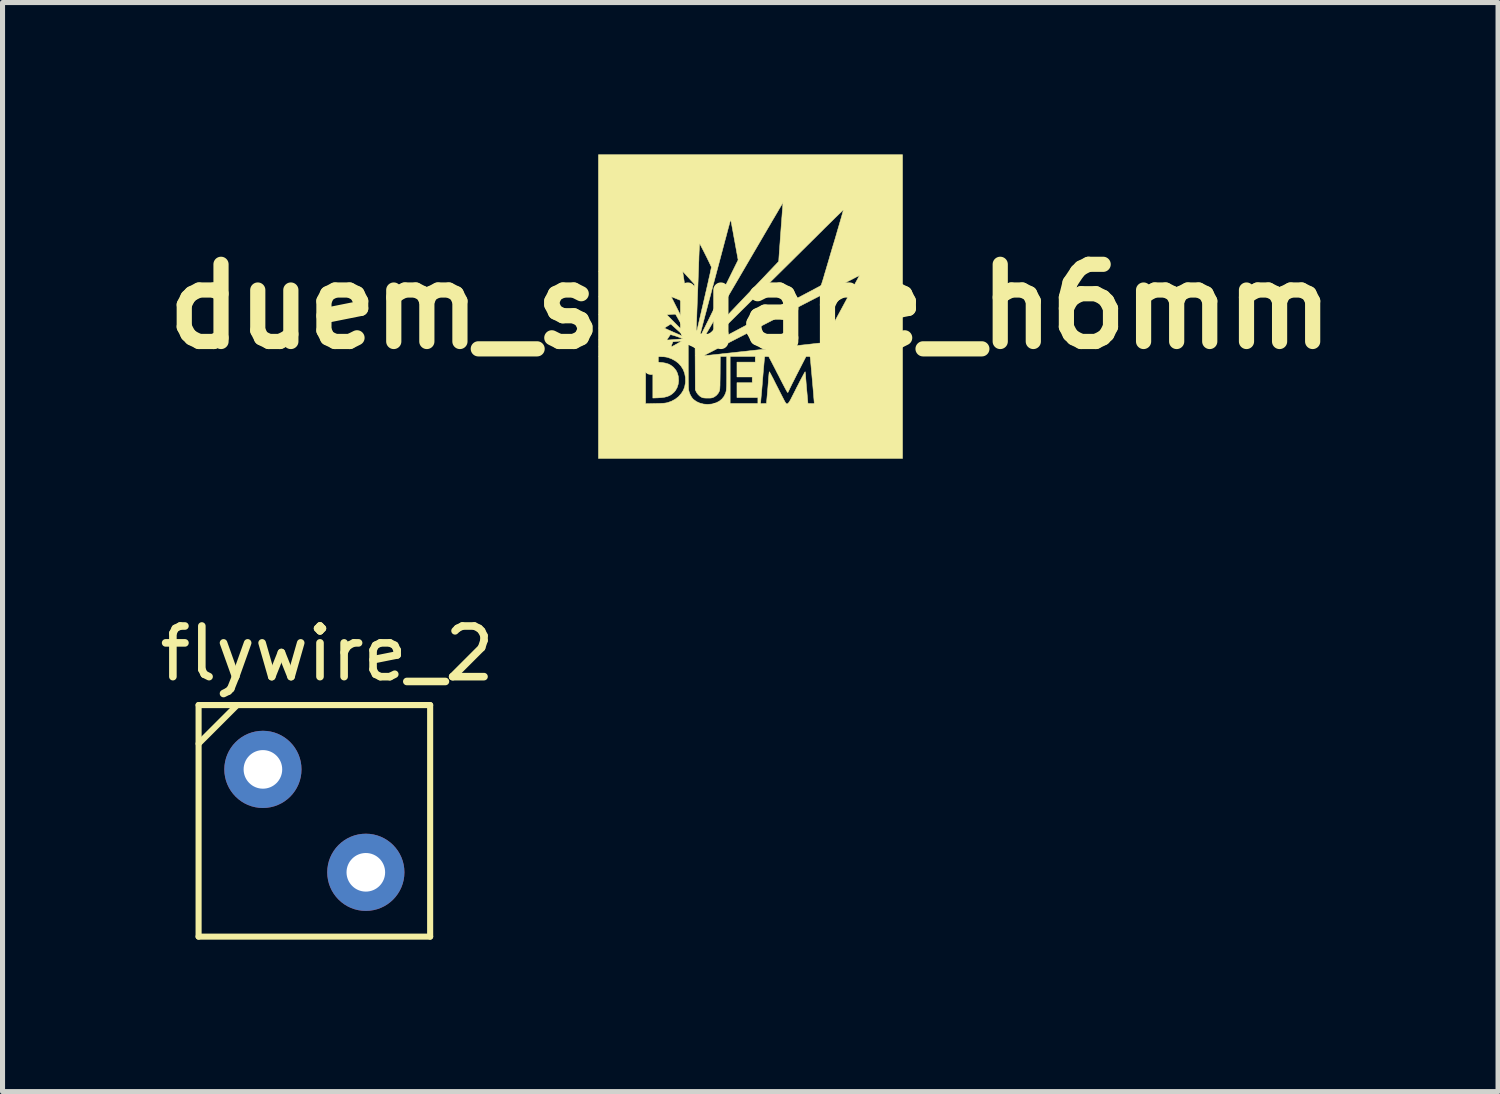
<source format=kicad_pcb>
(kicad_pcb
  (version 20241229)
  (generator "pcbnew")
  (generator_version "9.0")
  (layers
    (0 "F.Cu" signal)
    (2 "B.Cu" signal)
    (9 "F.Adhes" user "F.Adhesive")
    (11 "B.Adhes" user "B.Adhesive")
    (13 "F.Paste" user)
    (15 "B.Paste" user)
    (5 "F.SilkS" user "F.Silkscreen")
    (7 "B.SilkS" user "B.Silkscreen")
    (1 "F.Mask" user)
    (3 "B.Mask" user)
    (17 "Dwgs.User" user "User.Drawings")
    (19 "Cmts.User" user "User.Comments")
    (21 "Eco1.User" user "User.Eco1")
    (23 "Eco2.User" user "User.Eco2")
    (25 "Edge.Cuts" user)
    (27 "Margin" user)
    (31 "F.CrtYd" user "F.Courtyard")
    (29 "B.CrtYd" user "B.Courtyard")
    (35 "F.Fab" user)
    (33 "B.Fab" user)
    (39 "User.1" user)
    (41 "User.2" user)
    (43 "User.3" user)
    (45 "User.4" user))
  (footprint "flywire_2"
    (layer "F.Cu")
    (at 3.157 14.173)
    (property "Reference" "flywire_2" (at 0.254 -4.318 0) (layer "F.SilkS") (effects (font (size 1 1) (thickness 0.15))))
    (attr through_hole)
    (fp_line (start -2.286 -3.302) (end -2.286 1.27) (stroke (width 0.12) (type solid)) (layer "F.SilkS"))
    (fp_line (start -2.286 -2.54) (end -1.524 -3.302) (stroke (width 0.12) (type solid)) (layer "F.SilkS"))
    (fp_line (start -2.286 1.27) (end 2.286 1.27) (stroke (width 0.12) (type solid)) (layer "F.SilkS"))
    (fp_line (start 2.286 -3.302) (end -2.286 -3.302) (stroke (width 0.12) (type solid)) (layer "F.SilkS"))
    (fp_line (start 2.286 1.27) (end 2.286 -3.302) (stroke (width 0.12) (type solid)) (layer "F.SilkS"))
    (pad "1" thru_hole circle (at -1.016 -2.032) (size 1.524 1.524) (drill 0.762) (layers "*.Cu" "*.Mask"))
    (pad "2" thru_hole circle (at 1.016 0) (size 1.524 1.524) (drill 0.762) (layers "*.Cu" "*.Mask")))
  (footprint "duem_square_h6mm"
    (layer "F.Cu")
    (at 11.764 3.003)
    (property "Reference" "duem_square_h6mm" (at 0 0 0) (layer "F.SilkS") (effects (font (size 1.524 1.524) (thickness 0.3))))
    (attr through_hole)
    (fp_poly (pts (xy -1.817 1.099) (xy -1.739 1.105) (xy -1.673 1.117) (xy -1.617 1.134) (xy -1.569 1.159) (xy -1.525 1.192) (xy -1.503 1.215) (xy -1.465 1.262) (xy -1.439 1.315) (xy -1.422 1.376) (xy -1.42 1.392) (xy -1.415 1.465) (xy -1.424 1.534) (xy -1.445 1.599) (xy -1.477 1.656) (xy -1.508 1.693) (xy -1.548 1.728) (xy -1.59 1.755) (xy -1.637 1.775) (xy -1.692 1.789) (xy -1.757 1.798) (xy -1.817 1.802) (xy -1.924 1.806) (xy -1.924 1.095) (xy -1.817 1.099)) (stroke (width 0.01) (type solid)) (fill yes) (layer "F.SilkS"))
    (fp_poly (pts (xy 3.006 2.998) (xy -2.998 2.998) (xy -2.998 1.918) (xy -2.067 1.918) (xy -1.877 1.914) (xy -1.812 1.913) (xy -1.759 1.911) (xy -1.718 1.909) (xy -1.686 1.906) (xy -1.66 1.902) (xy -1.64 1.898) (xy -1.638 1.898) (xy -1.556 1.869) (xy -1.482 1.829) (xy -1.419 1.78) (xy -1.41 1.771) (xy -1.359 1.712) (xy -1.321 1.651) (xy -1.296 1.585) (xy -1.282 1.511) (xy -1.28 1.484) (xy -1.281 1.399) (xy -1.296 1.319) (xy -1.324 1.245) (xy -1.365 1.179) (xy -1.417 1.12) (xy -1.481 1.071) (xy -1.555 1.031) (xy -1.623 1.006) (xy -1.642 1.001) (xy -1.661 0.997) (xy -1.683 0.994) (xy -1.709 0.991) (xy -1.741 0.99) (xy -1.783 0.988) (xy -1.836 0.987) (xy -1.873 0.986) (xy -2.067 0.983) (xy -2.067 1.918) (xy -2.998 1.918) (xy -2.998 0.787) (xy -1.562 0.787) (xy -1.562 0.795) (xy -1.557 0.795) (xy -1.557 0.795) (xy -1.549 0.791) (xy -1.53 0.781) (xy -1.502 0.766) (xy -1.469 0.747) (xy -1.451 0.738) (xy -1.417 0.718) (xy -1.388 0.702) (xy -1.371 0.691) (xy -1.225 0.691) (xy -1.225 1.144) (xy -1.225 1.237) (xy -1.224 1.324) (xy -1.224 1.403) (xy -1.223 1.473) (xy -1.222 1.533) (xy -1.221 1.582) (xy -1.219 1.618) (xy -1.218 1.641) (xy -1.217 1.646) (xy -1.204 1.697) (xy -1.183 1.748) (xy -1.156 1.794) (xy -1.125 1.831) (xy -1.121 1.834) (xy -1.063 1.876) (xy -0.996 1.906) (xy -0.923 1.925) (xy -0.846 1.931) (xy -0.766 1.925) (xy -0.74 1.92) (xy -0.731 1.917) (xy 0.201 1.917) (xy 0.319 1.913) (xy 0.336 1.728) (xy 0.341 1.667) (xy 0.347 1.602) (xy 0.352 1.538) (xy 0.357 1.478) (xy 0.36 1.427) (xy 0.361 1.414) (xy 0.365 1.372) (xy 0.368 1.336) (xy 0.372 1.308) (xy 0.375 1.291) (xy 0.377 1.287) (xy 0.382 1.294) (xy 0.392 1.312) (xy 0.408 1.341) (xy 0.427 1.378) (xy 0.45 1.421) (xy 0.474 1.469) (xy 0.476 1.473) (xy 0.505 1.531) (xy 0.537 1.593) (xy 0.569 1.656) (xy 0.599 1.715) (xy 0.625 1.766) (xy 0.638 1.791) (xy 0.658 1.83) (xy 0.675 1.863) (xy 0.69 1.889) (xy 0.703 1.908) (xy 0.715 1.919) (xy 0.727 1.922) (xy 0.74 1.916) (xy 0.755 1.901) (xy 0.773 1.876) (xy 0.794 1.84) (xy 0.818 1.793) (xy 0.848 1.734) (xy 0.884 1.664) (xy 0.916 1.599) (xy 0.949 1.536) (xy 0.979 1.476) (xy 1.007 1.423) (xy 1.032 1.377) (xy 1.052 1.339) (xy 1.068 1.31) (xy 1.078 1.293) (xy 1.083 1.287) (xy 1.083 1.288) (xy 1.085 1.298) (xy 1.088 1.32) (xy 1.091 1.351) (xy 1.093 1.386) (xy 1.095 1.418) (xy 1.099 1.462) (xy 1.103 1.515) (xy 1.108 1.573) (xy 1.113 1.635) (xy 1.119 1.695) (xy 1.138 1.913) (xy 1.2 1.915) (xy 1.231 1.915) (xy 1.25 1.915) (xy 1.259 1.912) (xy 1.262 1.907) (xy 1.263 1.903) (xy 1.262 1.893) (xy 1.26 1.869) (xy 1.257 1.833) (xy 1.253 1.787) (xy 1.249 1.733) (xy 1.244 1.672) (xy 1.238 1.606) (xy 1.232 1.536) (xy 1.226 1.465) (xy 1.219 1.393) (xy 1.213 1.322) (xy 1.207 1.255) (xy 1.201 1.192) (xy 1.196 1.135) (xy 1.192 1.087) (xy 1.188 1.047) (xy 1.185 1.019) (xy 1.183 1.004) (xy 1.183 1.001) (xy 1.179 0.991) (xy 1.17 0.986) (xy 1.152 0.985) (xy 1.14 0.985) (xy 1.101 0.985) (xy 0.95 1.279) (xy 0.917 1.343) (xy 0.886 1.405) (xy 0.857 1.463) (xy 0.83 1.515) (xy 0.808 1.56) (xy 0.79 1.597) (xy 0.778 1.622) (xy 0.774 1.631) (xy 0.761 1.658) (xy 0.75 1.681) (xy 0.743 1.695) (xy 0.741 1.697) (xy 0.737 1.695) (xy 0.728 1.683) (xy 0.715 1.661) (xy 0.696 1.627) (xy 0.672 1.582) (xy 0.642 1.525) (xy 0.606 1.455) (xy 0.593 1.43) (xy 0.561 1.366) (xy 0.528 1.304) (xy 0.498 1.244) (xy 0.47 1.19) (xy 0.445 1.142) (xy 0.425 1.103) (xy 0.41 1.075) (xy 0.408 1.071) (xy 0.364 0.988) (xy 0.325 0.986) (xy 0.302 0.985) (xy 0.29 0.988) (xy 0.284 0.994) (xy 0.282 1.001) (xy 0.281 1.012) (xy 0.279 1.036) (xy 0.275 1.072) (xy 0.271 1.119) (xy 0.266 1.175) (xy 0.26 1.239) (xy 0.254 1.309) (xy 0.248 1.385) (xy 0.244 1.428) (xy 0.238 1.506) (xy 0.232 1.581) (xy 0.226 1.651) (xy 0.22 1.714) (xy 0.215 1.769) (xy 0.211 1.815) (xy 0.208 1.85) (xy 0.206 1.871) (xy 0.206 1.877) (xy 0.201 1.917) (xy -0.731 1.917) (xy -0.67 1.898) (xy -0.609 1.866) (xy -0.558 1.823) (xy -0.517 1.771) (xy -0.488 1.711) (xy -0.477 1.671) (xy -0.474 1.654) (xy -0.472 1.632) (xy -0.47 1.604) (xy -0.468 1.567) (xy -0.467 1.522) (xy -0.467 1.465) (xy -0.466 1.397) (xy -0.466 1.315) (xy -0.466 1.302) (xy -0.466 0.984) (xy -0.398 0.984) (xy -0.398 1.916) (xy 0.15 1.916) (xy 0.15 1.796) (xy -0.263 1.796) (xy -0.263 1.503) (xy 0.038 1.503) (xy 0.038 1.39) (xy -0.263 1.39) (xy -0.263 1.097) (xy 0.098 1.097) (xy 0.098 0.984) (xy -0.398 0.984) (xy -0.466 0.984) (xy -0.593 0.984) (xy -0.595 1.309) (xy -0.596 1.389) (xy -0.597 1.455) (xy -0.598 1.509) (xy -0.598 1.552) (xy -0.6 1.586) (xy -0.601 1.612) (xy -0.603 1.632) (xy -0.605 1.648) (xy -0.608 1.659) (xy -0.611 1.669) (xy -0.611 1.67) (xy -0.635 1.714) (xy -0.669 1.753) (xy -0.71 1.783) (xy -0.723 1.789) (xy -0.743 1.798) (xy -0.763 1.803) (xy -0.786 1.806) (xy -0.817 1.807) (xy -0.845 1.807) (xy -0.889 1.806) (xy -0.922 1.803) (xy -0.945 1.798) (xy -0.957 1.793) (xy -0.995 1.77) (xy -1.031 1.736) (xy -1.059 1.698) (xy -1.068 1.681) (xy -1.086 1.642) (xy -1.088 1.167) (xy -1.089 0.968) (xy -0.916 0.968) (xy -0.914 0.968) (xy -0.908 0.968) (xy -0.897 0.968) (xy -0.88 0.967) (xy -0.858 0.965) (xy -0.828 0.962) (xy -0.79 0.958) (xy -0.743 0.953) (xy -0.686 0.947) (xy -0.619 0.94) (xy -0.54 0.931) (xy -0.448 0.921) (xy -0.344 0.91) (xy -0.238 0.898) (xy -0.133 0.887) (xy -0.026 0.875) (xy 0.081 0.863) (xy 0.186 0.852) (xy 0.287 0.841) (xy 0.383 0.83) (xy 0.471 0.82) (xy 0.55 0.812) (xy 0.618 0.804) (xy 0.674 0.798) (xy 0.688 0.797) (xy 0.815 0.783) (xy 0.928 0.77) (xy 1.028 0.759) (xy 1.115 0.75) (xy 1.19 0.741) (xy 1.253 0.734) (xy 1.306 0.728) (xy 1.349 0.723) (xy 1.383 0.719) (xy 1.408 0.716) (xy 1.426 0.714) (xy 1.436 0.712) (xy 1.44 0.712) (xy 1.44 0.711) (xy 1.444 0.705) (xy 1.455 0.686) (xy 1.471 0.656) (xy 1.492 0.617) (xy 1.518 0.569) (xy 1.548 0.514) (xy 1.581 0.453) (xy 1.616 0.387) (xy 1.637 0.349) (xy 1.712 0.209) (xy 1.781 0.082) (xy 1.843 -0.033) (xy 1.898 -0.135) (xy 1.947 -0.227) (xy 1.991 -0.307) (xy 2.028 -0.377) (xy 2.06 -0.437) (xy 2.087 -0.487) (xy 2.11 -0.528) (xy 2.127 -0.56) (xy 2.14 -0.584) (xy 2.149 -0.6) (xy 2.154 -0.609) (xy 2.155 -0.611) (xy 2.15 -0.61) (xy 2.134 -0.603) (xy 2.11 -0.591) (xy 2.079 -0.576) (xy 2.073 -0.572) (xy 2.057 -0.564) (xy 2.036 -0.553) (xy 2.009 -0.539) (xy 1.976 -0.522) (xy 1.936 -0.502) (xy 1.889 -0.477) (xy 1.835 -0.449) (xy 1.772 -0.417) (xy 1.702 -0.381) (xy 1.623 -0.34) (xy 1.534 -0.295) (xy 1.437 -0.244) (xy 1.329 -0.189) (xy 1.212 -0.129) (xy 1.084 -0.063) (xy 0.945 0.009) (xy 0.794 0.086) (xy 0.632 0.169) (xy 0.458 0.259) (xy 0.271 0.355) (xy 0.072 0.458) (xy 0.019 0.485) (xy -0.092 0.542) (xy -0.199 0.597) (xy -0.301 0.649) (xy -0.398 0.699) (xy -0.489 0.746) (xy -0.574 0.79) (xy -0.651 0.829) (xy -0.719 0.865) (xy -0.779 0.896) (xy -0.829 0.921) (xy -0.868 0.942) (xy -0.897 0.956) (xy -0.913 0.965) (xy -0.916 0.967) (xy -0.916 0.968) (xy -1.089 0.968) (xy -1.09 0.804) (xy -0.904 0.804) (xy -0.897 0.801) (xy -0.878 0.791) (xy -0.848 0.775) (xy -0.807 0.754) (xy -0.758 0.728) (xy -0.701 0.698) (xy -0.638 0.664) (xy -0.569 0.628) (xy -0.495 0.589) (xy -0.46 0.57) (xy -0.282 0.476) (xy -0.111 0.385) (xy 0.052 0.299) (xy 0.206 0.217) (xy 0.352 0.14) (xy 0.488 0.068) (xy 0.615 0.000231) (xy 0.732 -0.062) (xy 0.839 -0.118) (xy 0.934 -0.169) (xy 1.019 -0.214) (xy 1.092 -0.253) (xy 1.153 -0.285) (xy 1.202 -0.311) (xy 1.238 -0.329) (xy 1.24 -0.331) (xy 1.283 -0.354) (xy 1.322 -0.375) (xy 1.355 -0.392) (xy 1.379 -0.406) (xy 1.393 -0.415) (xy 1.395 -0.416) (xy 1.4 -0.426) (xy 1.408 -0.447) (xy 1.418 -0.479) (xy 1.431 -0.518) (xy 1.444 -0.562) (xy 1.447 -0.571) (xy 1.456 -0.602) (xy 1.468 -0.645) (xy 1.485 -0.7) (xy 1.504 -0.765) (xy 1.526 -0.839) (xy 1.55 -0.92) (xy 1.575 -1.007) (xy 1.602 -1.098) (xy 1.63 -1.192) (xy 1.659 -1.287) (xy 1.666 -1.31) (xy 1.693 -1.402) (xy 1.718 -1.489) (xy 1.742 -1.57) (xy 1.764 -1.646) (xy 1.784 -1.714) (xy 1.801 -1.773) (xy 1.815 -1.823) (xy 1.826 -1.862) (xy 1.834 -1.89) (xy 1.837 -1.905) (xy 1.838 -1.907) (xy 1.832 -1.903) (xy 1.816 -1.889) (xy 1.792 -1.865) (xy 1.759 -1.834) (xy 1.719 -1.795) (xy 1.673 -1.751) (xy 1.622 -1.7) (xy 1.566 -1.645) (xy 1.506 -1.586) (xy 1.463 -1.544) (xy 1.413 -1.493) (xy 1.364 -1.445) (xy 1.316 -1.397) (xy 1.269 -1.35) (xy 1.221 -1.303) (xy 1.173 -1.255) (xy 1.123 -1.206) (xy 1.071 -1.154) (xy 1.016 -1.1) (xy 0.958 -1.042) (xy 0.895 -0.98) (xy 0.828 -0.913) (xy 0.755 -0.841) (xy 0.676 -0.763) (xy 0.59 -0.678) (xy 0.497 -0.586) (xy 0.395 -0.485) (xy 0.285 -0.376) (xy 0.165 -0.258) (xy 0.056 -0.15) (xy -0.074 -0.021) (xy -0.194 0.097) (xy -0.303 0.205) (xy -0.403 0.304) (xy -0.492 0.393) (xy -0.573 0.472) (xy -0.644 0.543) (xy -0.705 0.604) (xy -0.759 0.657) (xy -0.803 0.701) (xy -0.839 0.737) (xy -0.867 0.765) (xy -0.887 0.786) (xy -0.899 0.798) (xy -0.904 0.804) (xy -0.904 0.804) (xy -1.09 0.804) (xy -1.09 0.725) (xy -0.979 0.725) (xy -0.957 0.703) (xy -0.949 0.695) (xy -0.931 0.676) (xy -0.904 0.648) (xy -0.869 0.611) (xy -0.826 0.566) (xy -0.776 0.514) (xy -0.719 0.454) (xy -0.656 0.388) (xy -0.588 0.316) (xy -0.515 0.24) (xy -0.438 0.159) (xy -0.357 0.074) (xy -0.274 -0.013) (xy -0.24 -0.049) (xy -0.155 -0.138) (xy -0.072 -0.225) (xy 0.008 -0.309) (xy 0.084 -0.39) (xy 0.156 -0.465) (xy 0.224 -0.536) (xy 0.286 -0.601) (xy 0.341 -0.66) (xy 0.39 -0.711) (xy 0.432 -0.755) (xy 0.465 -0.79) (xy 0.49 -0.816) (xy 0.505 -0.831) (xy 0.507 -0.834) (xy 0.561 -0.891) (xy 0.566 -0.973) (xy 0.568 -1.001) (xy 0.571 -1.042) (xy 0.574 -1.092) (xy 0.579 -1.15) (xy 0.583 -1.212) (xy 0.588 -1.276) (xy 0.59 -1.308) (xy 0.595 -1.381) (xy 0.601 -1.46) (xy 0.607 -1.542) (xy 0.613 -1.623) (xy 0.619 -1.697) (xy 0.623 -1.761) (xy 0.624 -1.766) (xy 0.628 -1.823) (xy 0.632 -1.876) (xy 0.636 -1.925) (xy 0.639 -1.966) (xy 0.641 -1.996) (xy 0.643 -2.014) (xy 0.647 -2.055) (xy 0.58 -1.943) (xy 0.561 -1.91) (xy 0.536 -1.867) (xy 0.506 -1.816) (xy 0.472 -1.758) (xy 0.435 -1.696) (xy 0.398 -1.632) (xy 0.361 -1.568) (xy 0.355 -1.559) (xy 0.195 -1.285) (xy 0.041 -1.022) (xy -0.105 -0.772) (xy -0.244 -0.534) (xy -0.376 -0.309) (xy -0.5 -0.096) (xy -0.617 0.104) (xy -0.727 0.291) (xy -0.829 0.466) (xy -0.838 0.481) (xy -0.866 0.529) (xy -0.893 0.574) (xy -0.916 0.616) (xy -0.936 0.65) (xy -0.951 0.675) (xy -0.958 0.688) (xy -0.979 0.725) (xy -1.09 0.725) (xy -1.09 0.691) (xy -1.225 0.691) (xy -1.371 0.691) (xy -1.367 0.689) (xy -1.355 0.682) (xy -1.354 0.68) (xy -1.362 0.68) (xy -1.382 0.681) (xy -1.411 0.684) (xy -1.442 0.687) (xy -1.528 0.695) (xy -1.546 0.74) (xy -1.557 0.769) (xy -1.562 0.787) (xy -2.998 0.787) (xy -2.998 0.659) (xy -1.646 0.659) (xy -1.645 0.66) (xy -1.642 0.661) (xy -1.634 0.661) (xy -1.62 0.66) (xy -1.597 0.658) (xy -1.565 0.656) (xy -1.52 0.652) (xy -1.492 0.65) (xy -1.446 0.647) (xy -1.404 0.643) (xy -1.369 0.641) (xy -1.343 0.639) (xy -1.33 0.638) (xy -1.33 0.637) (xy -1.014 0.637) (xy -1.014 0.637) (xy -1.012 0.635) (xy -1.009 0.63) (xy -1.004 0.621) (xy -0.997 0.607) (xy -0.988 0.589) (xy -0.976 0.565) (xy -0.96 0.535) (xy -0.942 0.498) (xy -0.92 0.453) (xy -0.893 0.401) (xy -0.863 0.339) (xy -0.827 0.268) (xy -0.787 0.187) (xy -0.742 0.094) (xy -0.69 -0.009) (xy -0.633 -0.125) (xy -0.57 -0.253) (xy -0.559 -0.274) (xy -0.24 -0.92) (xy -0.296 -1.228) (xy -0.309 -1.299) (xy -0.322 -1.368) (xy -0.334 -1.435) (xy -0.345 -1.496) (xy -0.355 -1.549) (xy -0.363 -1.593) (xy -0.368 -1.624) (xy -0.369 -1.63) (xy -0.377 -1.669) (xy -0.383 -1.694) (xy -0.387 -1.707) (xy -0.391 -1.708) (xy -0.392 -1.705) (xy -0.395 -1.695) (xy -0.401 -1.671) (xy -0.411 -1.635) (xy -0.424 -1.587) (xy -0.44 -1.529) (xy -0.458 -1.461) (xy -0.478 -1.384) (xy -0.501 -1.3) (xy -0.525 -1.209) (xy -0.551 -1.111) (xy -0.578 -1.009) (xy -0.606 -0.903) (xy -0.635 -0.794) (xy -0.665 -0.682) (xy -0.695 -0.569) (xy -0.725 -0.456) (xy -0.755 -0.344) (xy -0.784 -0.233) (xy -0.813 -0.125) (xy -0.841 -0.02) (xy -0.867 0.08) (xy -0.893 0.176) (xy -0.916 0.264) (xy -0.938 0.346) (xy -0.957 0.42) (xy -0.974 0.484) (xy -0.988 0.538) (xy -1 0.582) (xy -1.008 0.613) (xy -1.013 0.632) (xy -1.014 0.637) (xy -1.33 0.637) (xy -1.331 0.636) (xy -1.344 0.629) (xy -1.368 0.62) (xy -1.4 0.608) (xy -1.44 0.594) (xy -1.442 0.593) (xy -1.484 0.579) (xy -1.521 0.568) (xy -1.55 0.56) (xy -1.57 0.555) (xy -1.578 0.555) (xy -1.598 0.583) (xy -1.616 0.61) (xy -1.632 0.634) (xy -1.642 0.65) (xy -1.646 0.657) (xy -1.646 0.659) (xy -2.998 0.659) (xy -2.998 0.424) (xy -1.693 0.424) (xy -1.687 0.428) (xy -1.669 0.437) (xy -1.641 0.45) (xy -1.606 0.466) (xy -1.565 0.484) (xy -1.521 0.504) (xy -1.475 0.524) (xy -1.431 0.543) (xy -1.389 0.561) (xy -1.352 0.577) (xy -1.322 0.589) (xy -1.301 0.598) (xy -1.291 0.601) (xy -1.291 0.601) (xy -1.294 0.596) (xy -1.308 0.583) (xy -1.329 0.562) (xy -1.357 0.536) (xy -1.391 0.506) (xy -1.407 0.491) (xy -1.444 0.458) (xy -1.479 0.426) (xy -1.509 0.399) (xy -1.532 0.378) (xy -1.547 0.365) (xy -1.549 0.362) (xy -1.569 0.344) (xy -1.63 0.382) (xy -1.657 0.398) (xy -1.678 0.413) (xy -1.691 0.422) (xy -1.693 0.424) (xy -2.998 0.424) (xy -2.998 0.162) (xy -1.648 0.162) (xy -1.443 0.37) (xy -1.398 0.416) (xy -1.356 0.459) (xy -1.318 0.497) (xy -1.286 0.529) (xy -1.261 0.554) (xy -1.243 0.571) (xy -1.235 0.578) (xy -1.235 0.579) (xy -1.236 0.573) (xy -1.243 0.559) (xy -1.245 0.554) (xy -1.253 0.541) (xy -1.259 0.53) (xy -1.195 0.53) (xy -1.191 0.534) (xy -1.187 0.53) (xy -1.191 0.526) (xy -1.195 0.53) (xy -1.259 0.53) (xy -1.266 0.518) (xy -1.285 0.484) (xy -1.308 0.444) (xy -1.335 0.398) (xy -1.363 0.349) (xy -1.368 0.34) (xy -1.476 0.15) (xy -1.51 0.151) (xy -1.536 0.152) (xy -1.569 0.155) (xy -1.596 0.157) (xy -1.648 0.162) (xy -2.998 0.162) (xy -2.998 -0.193) (xy -1.56 -0.193) (xy -1.557 -0.186) (xy -1.548 -0.167) (xy -1.533 -0.138) (xy -1.513 -0.098) (xy -1.489 -0.05) (xy -1.461 0.005) (xy -1.43 0.066) (xy -1.397 0.132) (xy -1.381 0.164) (xy -1.346 0.232) (xy -1.314 0.295) (xy -1.284 0.352) (xy -1.258 0.403) (xy -1.235 0.445) (xy -1.217 0.479) (xy -1.205 0.501) (xy -1.198 0.513) (xy -1.197 0.514) (xy -1.198 0.505) (xy -1.203 0.484) (xy -1.211 0.451) (xy -1.222 0.408) (xy -1.235 0.357) (xy -1.249 0.299) (xy -1.266 0.235) (xy -1.276 0.196) (xy -1.357 -0.114) (xy -1.458 -0.155) (xy -1.493 -0.169) (xy -1.524 -0.181) (xy -1.546 -0.189) (xy -1.559 -0.193) (xy -1.56 -0.193) (xy -2.998 -0.193) (xy -2.998 -0.696) (xy -1.335 -0.696) (xy -1.334 -0.688) (xy -1.331 -0.667) (xy -1.326 -0.634) (xy -1.32 -0.591) (xy -1.311 -0.537) (xy -1.302 -0.476) (xy -1.291 -0.408) (xy -1.279 -0.335) (xy -1.267 -0.257) (xy -1.254 -0.177) (xy -1.241 -0.095) (xy -1.228 -0.014) (xy -1.216 0.066) (xy -1.203 0.144) (xy -1.191 0.217) (xy -1.18 0.285) (xy -1.171 0.347) (xy -1.162 0.4) (xy -1.155 0.443) (xy -1.149 0.476) (xy -1.146 0.497) (xy -1.145 0.503) (xy -1.143 0.51) (xy -1.142 0.515) (xy -1.141 0.518) (xy -1.14 0.519) (xy -1.139 0.516) (xy -1.138 0.508) (xy -1.137 0.494) (xy -1.137 0.479) (xy -1.066 0.479) (xy -1.066 0.498) (xy -1.065 0.51) (xy -1.065 0.516) (xy -1.063 0.516) (xy -1.063 0.515) (xy -1.061 0.506) (xy -1.056 0.485) (xy -1.048 0.45) (xy -1.037 0.404) (xy -1.024 0.348) (xy -1.009 0.283) (xy -0.992 0.209) (xy -0.973 0.128) (xy -0.953 0.041) (xy -0.931 -0.051) (xy -0.913 -0.13) (xy -0.891 -0.226) (xy -0.87 -0.317) (xy -0.85 -0.403) (xy -0.832 -0.483) (xy -0.816 -0.556) (xy -0.801 -0.62) (xy -0.789 -0.675) (xy -0.78 -0.719) (xy -0.773 -0.752) (xy -0.769 -0.772) (xy -0.768 -0.778) (xy -0.772 -0.789) (xy -0.782 -0.811) (xy -0.797 -0.843) (xy -0.815 -0.881) (xy -0.836 -0.924) (xy -0.859 -0.971) (xy -0.883 -1.019) (xy -0.907 -1.067) (xy -0.93 -1.112) (xy -0.952 -1.154) (xy -0.97 -1.189) (xy -0.985 -1.217) (xy -0.995 -1.235) (xy -1 -1.242) (xy -1 -1.242) (xy -1.001 -1.233) (xy -1.003 -1.211) (xy -1.005 -1.178) (xy -1.007 -1.135) (xy -1.01 -1.084) (xy -1.012 -1.027) (xy -1.014 -0.981) (xy -1.015 -0.93) (xy -1.018 -0.866) (xy -1.02 -0.792) (xy -1.023 -0.707) (xy -1.027 -0.616) (xy -1.03 -0.519) (xy -1.034 -0.419) (xy -1.038 -0.317) (xy -1.042 -0.215) (xy -1.045 -0.143) (xy -1.049 -0.024) (xy -1.053 0.08) (xy -1.056 0.171) (xy -1.059 0.249) (xy -1.062 0.316) (xy -1.063 0.371) (xy -1.065 0.416) (xy -1.065 0.452) (xy -1.066 0.479) (xy -1.137 0.479) (xy -1.136 0.474) (xy -1.135 0.446) (xy -1.134 0.409) (xy -1.132 0.363) (xy -1.13 0.306) (xy -1.127 0.237) (xy -1.125 0.156) (xy -1.121 0.062) (xy -1.119 0.002) (xy -1.104 -0.443) (xy -1.219 -0.57) (xy -1.252 -0.606) (xy -1.281 -0.638) (xy -1.306 -0.665) (xy -1.324 -0.684) (xy -1.334 -0.694) (xy -1.335 -0.696) (xy -2.998 -0.696) (xy -2.998 -2.998) (xy 3.006 -2.998) (xy 3.006 2.998)) (stroke (width 0.01) (type solid)) (fill yes) (layer "F.SilkS")))
  (gr_rect
    (start -3 -3)
    (end 26.528 18.503)
    (stroke (width 0.1) (type default))
    (fill no)
    (layer "Edge.Cuts")))
</source>
